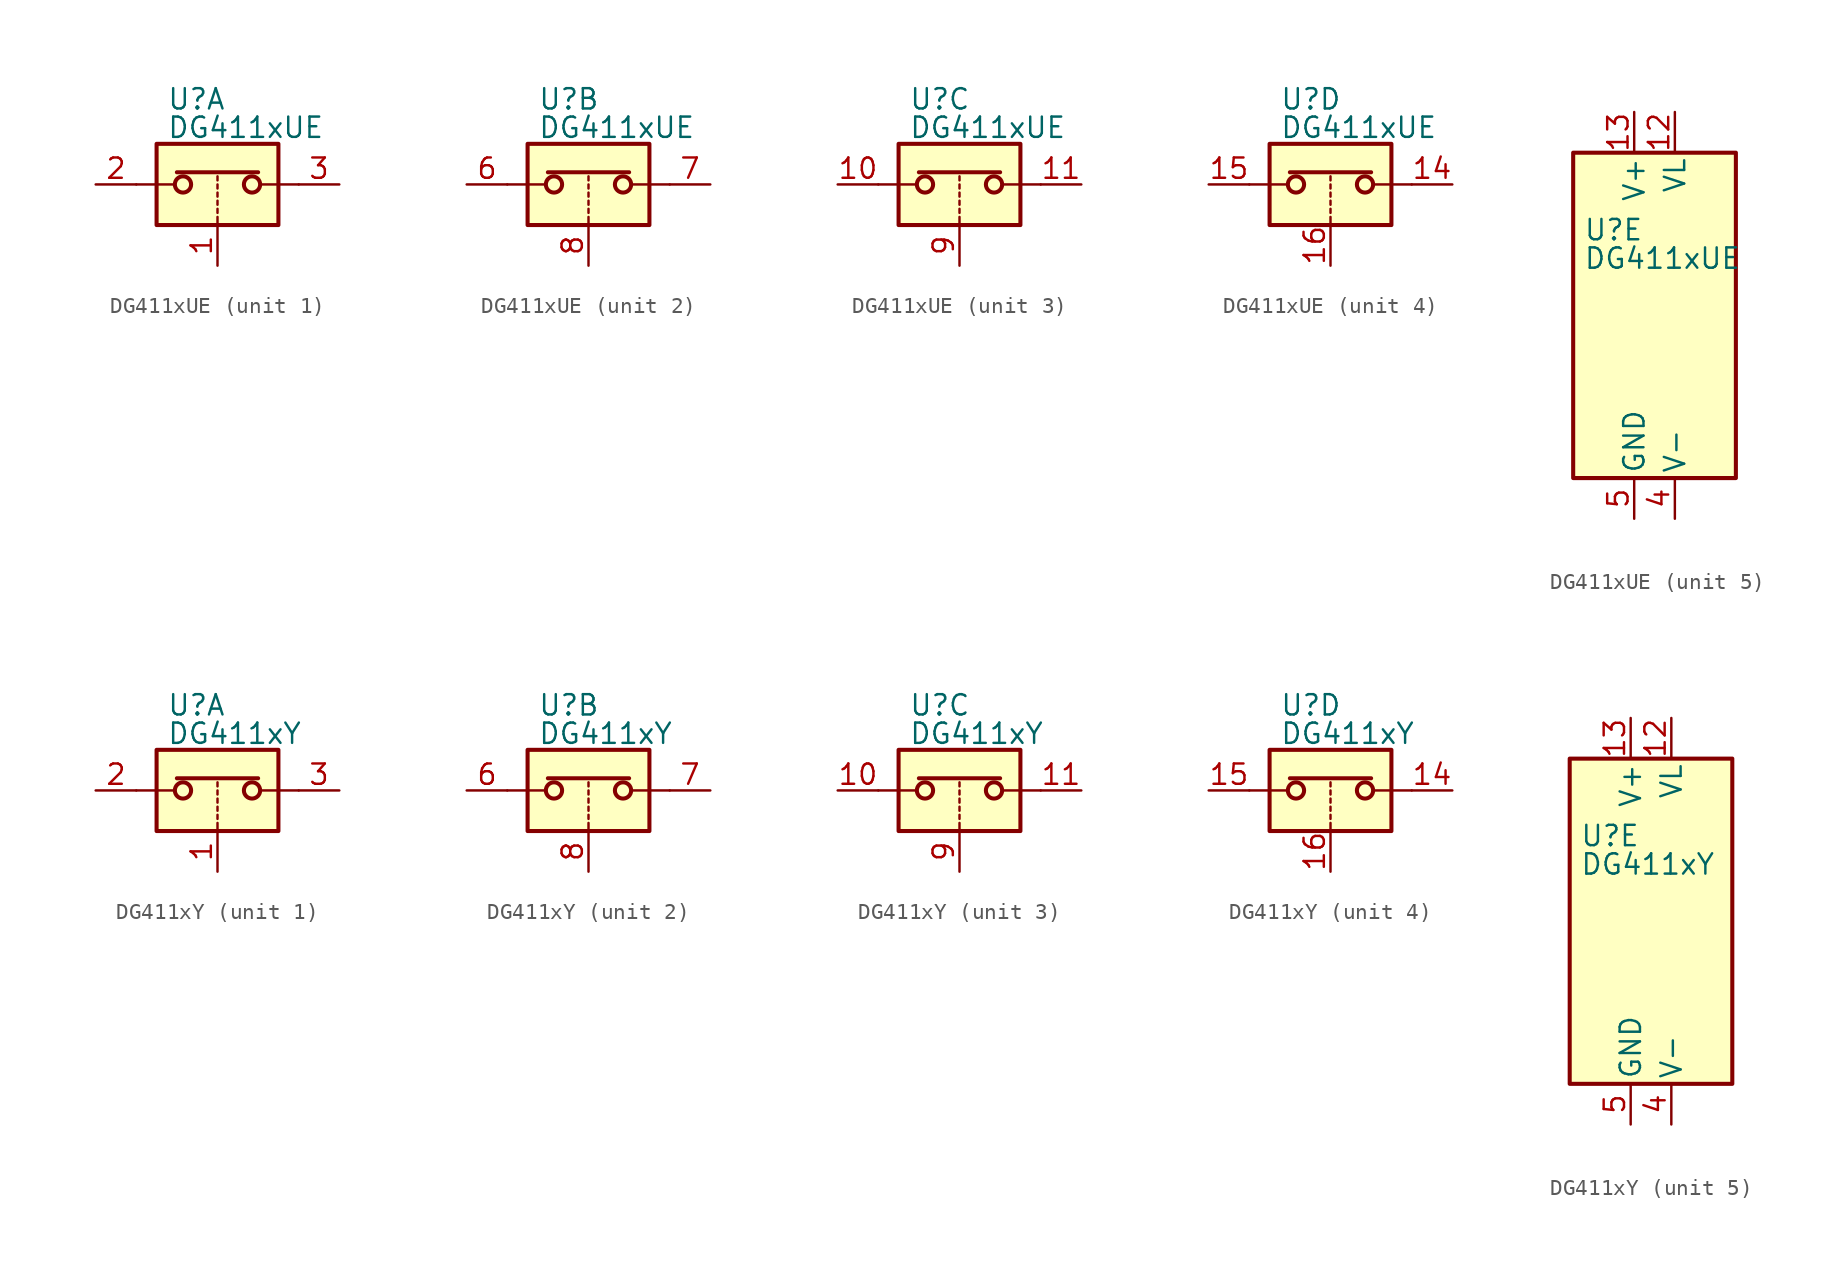
<source format=kicad_sym>
(kicad_symbol_lib
  (version 20241209)
  (generator "kicad_symbol_editor")
  (generator_version "9.0")
  (symbol "DG411xUE"
    (pin_names
      (offset 0.254))
    (property "Reference" "U"
      (at -3.175 5.334 0)
      (effects (font (size 1.27 1.27)) (justify left)))
    (property "Value" "DG411xUE"
      (at -3.175 3.556 0)
      (effects (font (size 1.27 1.27)) (justify left)))
    (symbol "DG411xUE_1_1"
      (polyline (pts (xy -5.08 0) (xy -2.794 0)) (stroke (width 0) (type default)) (fill (type none)))
      (rectangle (start -3.81 2.54) (end 3.81 -2.54) (stroke (width 0.254) (type default)) (fill (type background)))
      (polyline (pts (xy -2.54 0.762) (xy 2.54 0.762)) (stroke (width 0.254) (type default)) (fill (type none)))
      (circle (center -2.159 0) (radius 0.508) (stroke (width 0.254) (type default)) (fill (type none)))
      (polyline (pts (xy 0 0.254) (xy 0 0.508)) (stroke (width 0) (type default)) (fill (type none)))
      (polyline (pts (xy 0 -0.254) (xy 0 0)) (stroke (width 0) (type default)) (fill (type none)))
      (polyline (pts (xy 0 -0.762) (xy 0 -0.508)) (stroke (width 0) (type default)) (fill (type none)))
      (polyline (pts (xy 0 -1.27) (xy 0 -1.016)) (stroke (width 0) (type default)) (fill (type none)))
      (polyline (pts (xy 0 -1.778) (xy 0 -1.524)) (stroke (width 0) (type default)) (fill (type none)))
      (polyline (pts (xy 0 -2.54) (xy 0 -2.032)) (stroke (width 0) (type default)) (fill (type none)))
      (circle (center 2.159 0) (radius 0.508) (stroke (width 0.254) (type default)) (fill (type none)))
      (polyline (pts (xy 5.08 0) (xy 2.794 0)) (stroke (width 0) (type default)) (fill (type none)))
      (pin passive line (at -7.62 0 0) (length 2.54) (name "~" (effects (font (size 1.27 1.27)))) (number "2" (effects (font (size 1.27 1.27)))))
      (pin input line (at 0 -5.08 90) (length 2.54) (name "~" (effects (font (size 1.27 1.27)))) (number "1" (effects (font (size 1.27 1.27)))))
      (pin passive line (at 7.62 0 180) (length 2.54) (name "~" (effects (font (size 1.27 1.27)))) (number "3" (effects (font (size 1.27 1.27))))))
    (symbol "DG411xUE_2_1"
      (polyline (pts (xy -5.08 0) (xy -2.794 0)) (stroke (width 0) (type default)) (fill (type none)))
      (rectangle (start -3.81 2.54) (end 3.81 -2.54) (stroke (width 0.254) (type default)) (fill (type background)))
      (polyline (pts (xy -2.54 0.762) (xy 2.54 0.762)) (stroke (width 0.254) (type default)) (fill (type none)))
      (circle (center -2.159 0) (radius 0.508) (stroke (width 0.254) (type default)) (fill (type none)))
      (polyline (pts (xy 0 0.254) (xy 0 0.508)) (stroke (width 0) (type default)) (fill (type none)))
      (polyline (pts (xy 0 -0.254) (xy 0 0)) (stroke (width 0) (type default)) (fill (type none)))
      (polyline (pts (xy 0 -0.762) (xy 0 -0.508)) (stroke (width 0) (type default)) (fill (type none)))
      (polyline (pts (xy 0 -1.27) (xy 0 -1.016)) (stroke (width 0) (type default)) (fill (type none)))
      (polyline (pts (xy 0 -1.778) (xy 0 -1.524)) (stroke (width 0) (type default)) (fill (type none)))
      (polyline (pts (xy 0 -2.54) (xy 0 -2.032)) (stroke (width 0) (type default)) (fill (type none)))
      (circle (center 2.159 0) (radius 0.508) (stroke (width 0.254) (type default)) (fill (type none)))
      (polyline (pts (xy 5.08 0) (xy 2.794 0)) (stroke (width 0) (type default)) (fill (type none)))
      (pin passive line (at -7.62 0 0) (length 2.54) (name "~" (effects (font (size 1.27 1.27)))) (number "6" (effects (font (size 1.27 1.27)))))
      (pin input line (at 0 -5.08 90) (length 2.54) (name "~" (effects (font (size 1.27 1.27)))) (number "8" (effects (font (size 1.27 1.27)))))
      (pin passive line (at 7.62 0 180) (length 2.54) (name "~" (effects (font (size 1.27 1.27)))) (number "7" (effects (font (size 1.27 1.27))))))
    (symbol "DG411xUE_3_1"
      (polyline (pts (xy -5.08 0) (xy -2.794 0)) (stroke (width 0) (type default)) (fill (type none)))
      (rectangle (start -3.81 2.54) (end 3.81 -2.54) (stroke (width 0.254) (type default)) (fill (type background)))
      (polyline (pts (xy -2.54 0.762) (xy 2.54 0.762)) (stroke (width 0.254) (type default)) (fill (type none)))
      (circle (center -2.159 0) (radius 0.508) (stroke (width 0.254) (type default)) (fill (type none)))
      (polyline (pts (xy 0 0.254) (xy 0 0.508)) (stroke (width 0) (type default)) (fill (type none)))
      (polyline (pts (xy 0 -0.254) (xy 0 0)) (stroke (width 0) (type default)) (fill (type none)))
      (polyline (pts (xy 0 -0.762) (xy 0 -0.508)) (stroke (width 0) (type default)) (fill (type none)))
      (polyline (pts (xy 0 -1.27) (xy 0 -1.016)) (stroke (width 0) (type default)) (fill (type none)))
      (polyline (pts (xy 0 -1.778) (xy 0 -1.524)) (stroke (width 0) (type default)) (fill (type none)))
      (polyline (pts (xy 0 -2.54) (xy 0 -2.032)) (stroke (width 0) (type default)) (fill (type none)))
      (circle (center 2.159 0) (radius 0.508) (stroke (width 0.254) (type default)) (fill (type none)))
      (polyline (pts (xy 5.08 0) (xy 2.794 0)) (stroke (width 0) (type default)) (fill (type none)))
      (pin passive line (at -7.62 0 0) (length 2.54) (name "~" (effects (font (size 1.27 1.27)))) (number "10" (effects (font (size 1.27 1.27)))))
      (pin input line (at 0 -5.08 90) (length 2.54) (name "~" (effects (font (size 1.27 1.27)))) (number "9" (effects (font (size 1.27 1.27)))))
      (pin passive line (at 7.62 0 180) (length 2.54) (name "~" (effects (font (size 1.27 1.27)))) (number "11" (effects (font (size 1.27 1.27))))))
    (symbol "DG411xUE_4_1"
      (polyline (pts (xy -5.08 0) (xy -2.794 0)) (stroke (width 0) (type default)) (fill (type none)))
      (rectangle (start -3.81 2.54) (end 3.81 -2.54) (stroke (width 0.254) (type default)) (fill (type background)))
      (polyline (pts (xy -2.54 0.762) (xy 2.54 0.762)) (stroke (width 0.254) (type default)) (fill (type none)))
      (circle (center -2.159 0) (radius 0.508) (stroke (width 0.254) (type default)) (fill (type none)))
      (polyline (pts (xy 0 0.254) (xy 0 0.508)) (stroke (width 0) (type default)) (fill (type none)))
      (polyline (pts (xy 0 -0.254) (xy 0 0)) (stroke (width 0) (type default)) (fill (type none)))
      (polyline (pts (xy 0 -0.762) (xy 0 -0.508)) (stroke (width 0) (type default)) (fill (type none)))
      (polyline (pts (xy 0 -1.27) (xy 0 -1.016)) (stroke (width 0) (type default)) (fill (type none)))
      (polyline (pts (xy 0 -1.778) (xy 0 -1.524)) (stroke (width 0) (type default)) (fill (type none)))
      (polyline (pts (xy 0 -2.54) (xy 0 -2.032)) (stroke (width 0) (type default)) (fill (type none)))
      (circle (center 2.159 0) (radius 0.508) (stroke (width 0.254) (type default)) (fill (type none)))
      (polyline (pts (xy 5.08 0) (xy 2.794 0)) (stroke (width 0) (type default)) (fill (type none)))
      (pin passive line (at -7.62 0 0) (length 2.54) (name "~" (effects (font (size 1.27 1.27)))) (number "15" (effects (font (size 1.27 1.27)))))
      (pin input line (at 0 -5.08 90) (length 2.54) (name "~" (effects (font (size 1.27 1.27)))) (number "16" (effects (font (size 1.27 1.27)))))
      (pin passive line (at 7.62 0 180) (length 2.54) (name "~" (effects (font (size 1.27 1.27)))) (number "14" (effects (font (size 1.27 1.27))))))
    (symbol "DG411xUE_5_0"
      (pin power_in line (at 0 12.7 270) (length 2.54) (name "V+" (effects (font (size 1.27 1.27)))) (number "13" (effects (font (size 1.27 1.27)))))
      (pin power_in line (at 0 -12.7 90) (length 2.54) (name "GND" (effects (font (size 1.27 1.27)))) (number "5" (effects (font (size 1.27 1.27)))))
      (pin power_in line (at 2.54 12.7 270) (length 2.54) (name "VL" (effects (font (size 1.27 1.27)))) (number "12" (effects (font (size 1.27 1.27)))))
      (pin power_in line (at 2.54 -12.7 90) (length 2.54) (name "V-" (effects (font (size 1.27 1.27)))) (number "4" (effects (font (size 1.27 1.27))))))
    (symbol "DG411xUE_5_1"
      (rectangle (start -3.81 10.16) (end 6.35 -10.16) (stroke (width 0.254) (type default)) (fill (type background)))))
  (symbol "DG411xY"
    (pin_names
      (offset 0.254))
    (property "Reference" "U"
      (at -3.175 5.334 0)
      (effects (font (size 1.27 1.27)) (justify left)))
    (property "Value" "DG411xY"
      (at -3.175 3.556 0)
      (effects (font (size 1.27 1.27)) (justify left)))
    (symbol "DG411xY_1_1"
      (polyline (pts (xy -5.08 0) (xy -2.794 0)) (stroke (width 0) (type default)) (fill (type none)))
      (rectangle (start -3.81 2.54) (end 3.81 -2.54) (stroke (width 0.254) (type default)) (fill (type background)))
      (polyline (pts (xy -2.54 0.762) (xy 2.54 0.762)) (stroke (width 0.254) (type default)) (fill (type none)))
      (circle (center -2.159 0) (radius 0.508) (stroke (width 0.254) (type default)) (fill (type none)))
      (polyline (pts (xy 0 0.254) (xy 0 0.508)) (stroke (width 0) (type default)) (fill (type none)))
      (polyline (pts (xy 0 -0.254) (xy 0 0)) (stroke (width 0) (type default)) (fill (type none)))
      (polyline (pts (xy 0 -0.762) (xy 0 -0.508)) (stroke (width 0) (type default)) (fill (type none)))
      (polyline (pts (xy 0 -1.27) (xy 0 -1.016)) (stroke (width 0) (type default)) (fill (type none)))
      (polyline (pts (xy 0 -1.778) (xy 0 -1.524)) (stroke (width 0) (type default)) (fill (type none)))
      (polyline (pts (xy 0 -2.54) (xy 0 -2.032)) (stroke (width 0) (type default)) (fill (type none)))
      (circle (center 2.159 0) (radius 0.508) (stroke (width 0.254) (type default)) (fill (type none)))
      (polyline (pts (xy 5.08 0) (xy 2.794 0)) (stroke (width 0) (type default)) (fill (type none)))
      (pin passive line (at -7.62 0 0) (length 2.54) (name "~" (effects (font (size 1.27 1.27)))) (number "2" (effects (font (size 1.27 1.27)))))
      (pin input line (at 0 -5.08 90) (length 2.54) (name "~" (effects (font (size 1.27 1.27)))) (number "1" (effects (font (size 1.27 1.27)))))
      (pin passive line (at 7.62 0 180) (length 2.54) (name "~" (effects (font (size 1.27 1.27)))) (number "3" (effects (font (size 1.27 1.27))))))
    (symbol "DG411xY_2_1"
      (polyline (pts (xy -5.08 0) (xy -2.794 0)) (stroke (width 0) (type default)) (fill (type none)))
      (rectangle (start -3.81 2.54) (end 3.81 -2.54) (stroke (width 0.254) (type default)) (fill (type background)))
      (polyline (pts (xy -2.54 0.762) (xy 2.54 0.762)) (stroke (width 0.254) (type default)) (fill (type none)))
      (circle (center -2.159 0) (radius 0.508) (stroke (width 0.254) (type default)) (fill (type none)))
      (polyline (pts (xy 0 0.254) (xy 0 0.508)) (stroke (width 0) (type default)) (fill (type none)))
      (polyline (pts (xy 0 -0.254) (xy 0 0)) (stroke (width 0) (type default)) (fill (type none)))
      (polyline (pts (xy 0 -0.762) (xy 0 -0.508)) (stroke (width 0) (type default)) (fill (type none)))
      (polyline (pts (xy 0 -1.27) (xy 0 -1.016)) (stroke (width 0) (type default)) (fill (type none)))
      (polyline (pts (xy 0 -1.778) (xy 0 -1.524)) (stroke (width 0) (type default)) (fill (type none)))
      (polyline (pts (xy 0 -2.54) (xy 0 -2.032)) (stroke (width 0) (type default)) (fill (type none)))
      (circle (center 2.159 0) (radius 0.508) (stroke (width 0.254) (type default)) (fill (type none)))
      (polyline (pts (xy 5.08 0) (xy 2.794 0)) (stroke (width 0) (type default)) (fill (type none)))
      (pin passive line (at -7.62 0 0) (length 2.54) (name "~" (effects (font (size 1.27 1.27)))) (number "6" (effects (font (size 1.27 1.27)))))
      (pin input line (at 0 -5.08 90) (length 2.54) (name "~" (effects (font (size 1.27 1.27)))) (number "8" (effects (font (size 1.27 1.27)))))
      (pin passive line (at 7.62 0 180) (length 2.54) (name "~" (effects (font (size 1.27 1.27)))) (number "7" (effects (font (size 1.27 1.27))))))
    (symbol "DG411xY_3_1"
      (polyline (pts (xy -5.08 0) (xy -2.794 0)) (stroke (width 0) (type default)) (fill (type none)))
      (rectangle (start -3.81 2.54) (end 3.81 -2.54) (stroke (width 0.254) (type default)) (fill (type background)))
      (polyline (pts (xy -2.54 0.762) (xy 2.54 0.762)) (stroke (width 0.254) (type default)) (fill (type none)))
      (circle (center -2.159 0) (radius 0.508) (stroke (width 0.254) (type default)) (fill (type none)))
      (polyline (pts (xy 0 0.254) (xy 0 0.508)) (stroke (width 0) (type default)) (fill (type none)))
      (polyline (pts (xy 0 -0.254) (xy 0 0)) (stroke (width 0) (type default)) (fill (type none)))
      (polyline (pts (xy 0 -0.762) (xy 0 -0.508)) (stroke (width 0) (type default)) (fill (type none)))
      (polyline (pts (xy 0 -1.27) (xy 0 -1.016)) (stroke (width 0) (type default)) (fill (type none)))
      (polyline (pts (xy 0 -1.778) (xy 0 -1.524)) (stroke (width 0) (type default)) (fill (type none)))
      (polyline (pts (xy 0 -2.54) (xy 0 -2.032)) (stroke (width 0) (type default)) (fill (type none)))
      (circle (center 2.159 0) (radius 0.508) (stroke (width 0.254) (type default)) (fill (type none)))
      (polyline (pts (xy 5.08 0) (xy 2.794 0)) (stroke (width 0) (type default)) (fill (type none)))
      (pin passive line (at -7.62 0 0) (length 2.54) (name "~" (effects (font (size 1.27 1.27)))) (number "10" (effects (font (size 1.27 1.27)))))
      (pin input line (at 0 -5.08 90) (length 2.54) (name "~" (effects (font (size 1.27 1.27)))) (number "9" (effects (font (size 1.27 1.27)))))
      (pin passive line (at 7.62 0 180) (length 2.54) (name "~" (effects (font (size 1.27 1.27)))) (number "11" (effects (font (size 1.27 1.27))))))
    (symbol "DG411xY_4_1"
      (polyline (pts (xy -5.08 0) (xy -2.794 0)) (stroke (width 0) (type default)) (fill (type none)))
      (rectangle (start -3.81 2.54) (end 3.81 -2.54) (stroke (width 0.254) (type default)) (fill (type background)))
      (polyline (pts (xy -2.54 0.762) (xy 2.54 0.762)) (stroke (width 0.254) (type default)) (fill (type none)))
      (circle (center -2.159 0) (radius 0.508) (stroke (width 0.254) (type default)) (fill (type none)))
      (polyline (pts (xy 0 0.254) (xy 0 0.508)) (stroke (width 0) (type default)) (fill (type none)))
      (polyline (pts (xy 0 -0.254) (xy 0 0)) (stroke (width 0) (type default)) (fill (type none)))
      (polyline (pts (xy 0 -0.762) (xy 0 -0.508)) (stroke (width 0) (type default)) (fill (type none)))
      (polyline (pts (xy 0 -1.27) (xy 0 -1.016)) (stroke (width 0) (type default)) (fill (type none)))
      (polyline (pts (xy 0 -1.778) (xy 0 -1.524)) (stroke (width 0) (type default)) (fill (type none)))
      (polyline (pts (xy 0 -2.54) (xy 0 -2.032)) (stroke (width 0) (type default)) (fill (type none)))
      (circle (center 2.159 0) (radius 0.508) (stroke (width 0.254) (type default)) (fill (type none)))
      (polyline (pts (xy 5.08 0) (xy 2.794 0)) (stroke (width 0) (type default)) (fill (type none)))
      (pin passive line (at -7.62 0 0) (length 2.54) (name "~" (effects (font (size 1.27 1.27)))) (number "15" (effects (font (size 1.27 1.27)))))
      (pin input line (at 0 -5.08 90) (length 2.54) (name "~" (effects (font (size 1.27 1.27)))) (number "16" (effects (font (size 1.27 1.27)))))
      (pin passive line (at 7.62 0 180) (length 2.54) (name "~" (effects (font (size 1.27 1.27)))) (number "14" (effects (font (size 1.27 1.27))))))
    (symbol "DG411xY_5_0"
      (pin power_in line (at 0 12.7 270) (length 2.54) (name "V+" (effects (font (size 1.27 1.27)))) (number "13" (effects (font (size 1.27 1.27)))))
      (pin power_in line (at 0 -12.7 90) (length 2.54) (name "GND" (effects (font (size 1.27 1.27)))) (number "5" (effects (font (size 1.27 1.27)))))
      (pin power_in line (at 2.54 12.7 270) (length 2.54) (name "VL" (effects (font (size 1.27 1.27)))) (number "12" (effects (font (size 1.27 1.27)))))
      (pin power_in line (at 2.54 -12.7 90) (length 2.54) (name "V-" (effects (font (size 1.27 1.27)))) (number "4" (effects (font (size 1.27 1.27))))))
    (symbol "DG411xY_5_1"
      (rectangle (start -3.81 10.16) (end 6.35 -10.16) (stroke (width 0.254) (type default)) (fill (type background))))))
</source>
